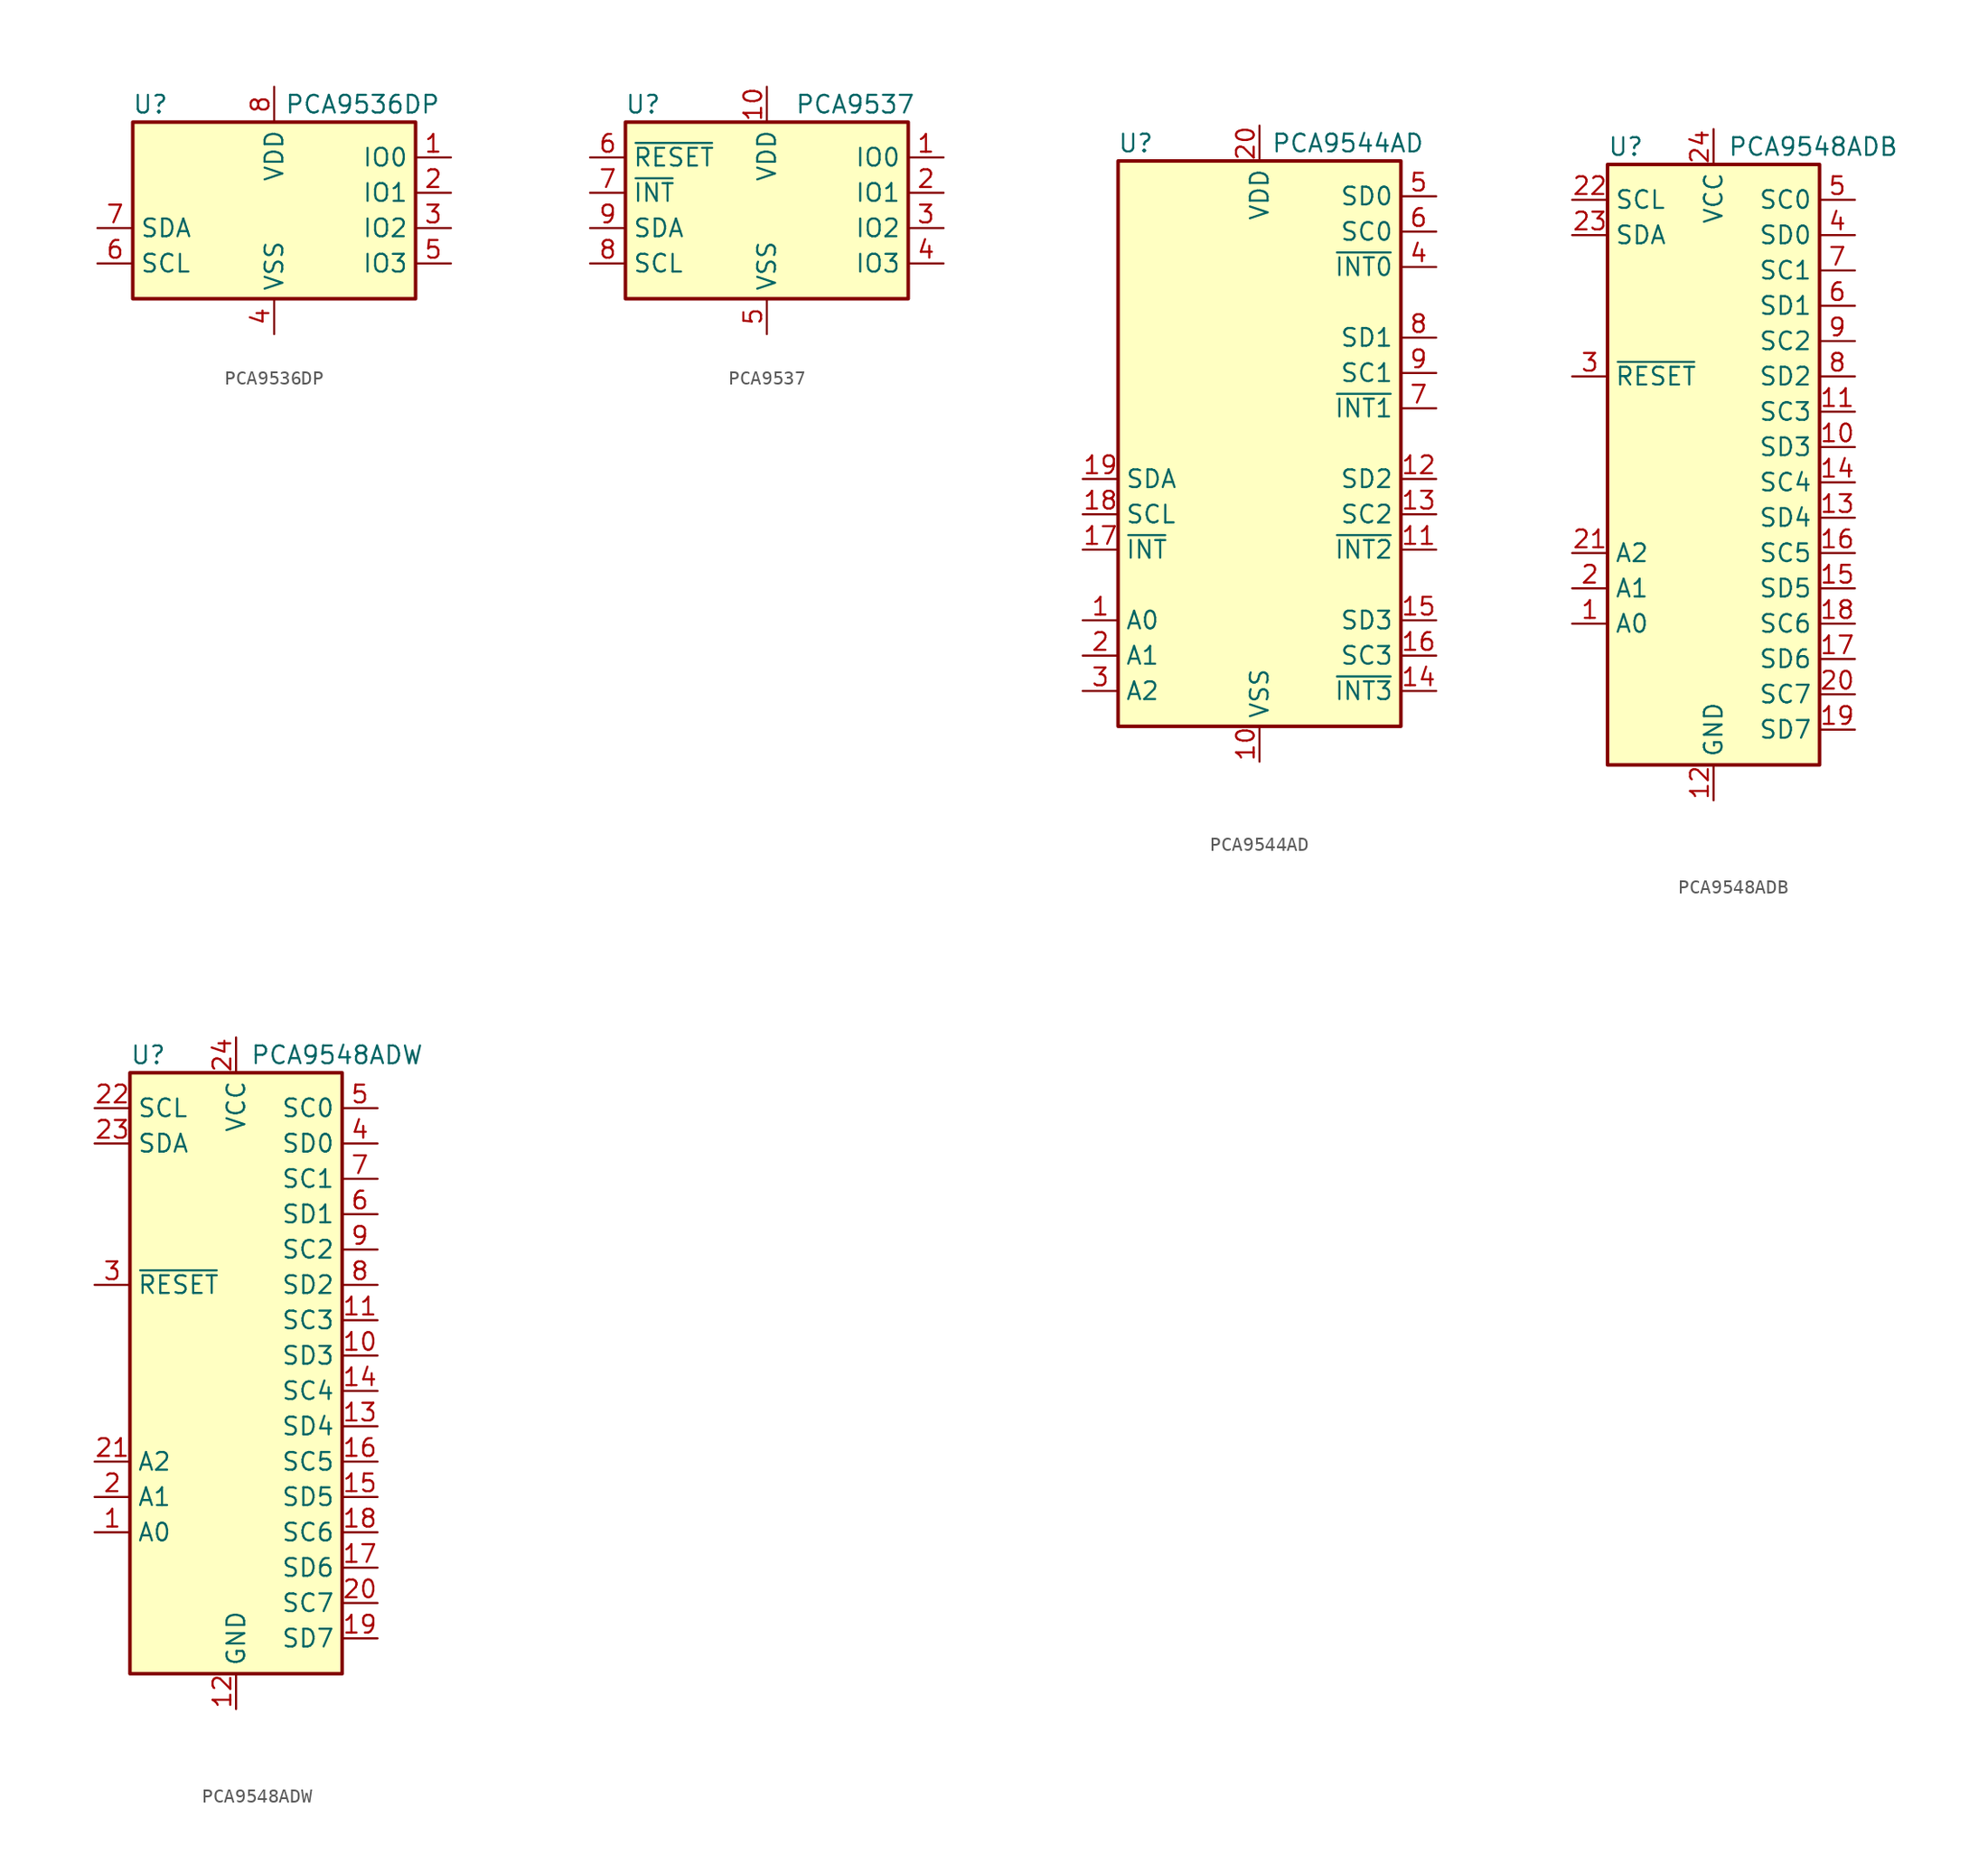
<source format=kicad_sym>
(kicad_symbol_lib
  (version 20201005)
  (generator kicad_symbol_editor)
  (symbol "PCA9536DP"
    (property "Reference" "U"
      (at -8.89 6.35 0)
      (effects (font (size 1.27 1.27))))
    (property "Value" "PCA9536DP"
      (at 6.35 6.35 0)
      (effects (font (size 1.27 1.27))))
    (symbol "PCA9536DP_0_1"
      (rectangle (start -10.16 5.08) (end 10.16 -7.62) (stroke (width 0.254)) (fill (type background))))
    (symbol "PCA9536DP_1_1"
      (pin bidirectional line (at 12.7 2.54 180) (length 2.54) (name "IO0" (effects (font (size 1.27 1.27)))) (number "1" (effects (font (size 1.27 1.27)))))
      (pin bidirectional line (at 12.7 0 180) (length 2.54) (name "IO1" (effects (font (size 1.27 1.27)))) (number "2" (effects (font (size 1.27 1.27)))))
      (pin bidirectional line (at 12.7 -2.54 180) (length 2.54) (name "IO2" (effects (font (size 1.27 1.27)))) (number "3" (effects (font (size 1.27 1.27)))))
      (pin power_in line (at 0 -10.16 90) (length 2.54) (name "VSS" (effects (font (size 1.27 1.27)))) (number "4" (effects (font (size 1.27 1.27)))))
      (pin bidirectional line (at 12.7 -5.08 180) (length 2.54) (name "IO3" (effects (font (size 1.27 1.27)))) (number "5" (effects (font (size 1.27 1.27)))))
      (pin input line (at -12.7 -5.08 0) (length 2.54) (name "SCL" (effects (font (size 1.27 1.27)))) (number "6" (effects (font (size 1.27 1.27)))))
      (pin bidirectional line (at -12.7 -2.54 0) (length 2.54) (name "SDA" (effects (font (size 1.27 1.27)))) (number "7" (effects (font (size 1.27 1.27)))))
      (pin power_in line (at 0 7.62 270) (length 2.54) (name "VDD" (effects (font (size 1.27 1.27)))) (number "8" (effects (font (size 1.27 1.27)))))))
  (symbol "PCA9537"
    (property "Reference" "U"
      (at -8.89 6.35 0)
      (effects (font (size 1.27 1.27))))
    (property "Value" "PCA9537"
      (at 6.35 6.35 0)
      (effects (font (size 1.27 1.27))))
    (symbol "PCA9537_0_1"
      (rectangle (start -10.16 5.08) (end 10.16 -7.62) (stroke (width 0.254)) (fill (type background))))
    (symbol "PCA9537_1_1"
      (pin bidirectional line (at 12.7 2.54 180) (length 2.54) (name "IO0" (effects (font (size 1.27 1.27)))) (number "1" (effects (font (size 1.27 1.27)))))
      (pin power_in line (at 0 7.62 270) (length 2.54) (name "VDD" (effects (font (size 1.27 1.27)))) (number "10" (effects (font (size 1.27 1.27)))))
      (pin bidirectional line (at 12.7 0 180) (length 2.54) (name "IO1" (effects (font (size 1.27 1.27)))) (number "2" (effects (font (size 1.27 1.27)))))
      (pin bidirectional line (at 12.7 -2.54 180) (length 2.54) (name "IO2" (effects (font (size 1.27 1.27)))) (number "3" (effects (font (size 1.27 1.27)))))
      (pin bidirectional line (at 12.7 -5.08 180) (length 2.54) (name "IO3" (effects (font (size 1.27 1.27)))) (number "4" (effects (font (size 1.27 1.27)))))
      (pin power_in line (at 0 -10.16 90) (length 2.54) (name "VSS" (effects (font (size 1.27 1.27)))) (number "5" (effects (font (size 1.27 1.27)))))
      (pin input line (at -12.7 2.54 0) (length 2.54) (name "~RESET" (effects (font (size 1.27 1.27)))) (number "6" (effects (font (size 1.27 1.27)))))
      (pin open_collector line (at -12.7 0 0) (length 2.54) (name "~INT" (effects (font (size 1.27 1.27)))) (number "7" (effects (font (size 1.27 1.27)))))
      (pin input line (at -12.7 -5.08 0) (length 2.54) (name "SCL" (effects (font (size 1.27 1.27)))) (number "8" (effects (font (size 1.27 1.27)))))
      (pin bidirectional line (at -12.7 -2.54 0) (length 2.54) (name "SDA" (effects (font (size 1.27 1.27)))) (number "9" (effects (font (size 1.27 1.27)))))))
  (symbol "PCA9544AD"
    (property "Reference" "U"
      (at -8.89 21.59 0)
      (effects (font (size 1.27 1.27))))
    (property "Value" "PCA9544AD"
      (at 6.35 21.59 0)
      (effects (font (size 1.27 1.27))))
    (symbol "PCA9544AD_0_1"
      (rectangle (start 10.16 20.32) (end -10.16 -20.32) (stroke (width 0.254)) (fill (type background))))
    (symbol "PCA9544AD_1_1"
      (pin input line (at -12.7 -12.7 0) (length 2.54) (name "A0" (effects (font (size 1.27 1.27)))) (number "1" (effects (font (size 1.27 1.27)))))
      (pin power_in line (at 0 -22.86 90) (length 2.54) (name "VSS" (effects (font (size 1.27 1.27)))) (number "10" (effects (font (size 1.27 1.27)))))
      (pin input line (at 12.7 -7.62 180) (length 2.54) (name "~INT2" (effects (font (size 1.27 1.27)))) (number "11" (effects (font (size 1.27 1.27)))))
      (pin bidirectional line (at 12.7 -2.54 180) (length 2.54) (name "SD2" (effects (font (size 1.27 1.27)))) (number "12" (effects (font (size 1.27 1.27)))))
      (pin output line (at 12.7 -5.08 180) (length 2.54) (name "SC2" (effects (font (size 1.27 1.27)))) (number "13" (effects (font (size 1.27 1.27)))))
      (pin input line (at 12.7 -17.78 180) (length 2.54) (name "~INT3" (effects (font (size 1.27 1.27)))) (number "14" (effects (font (size 1.27 1.27)))))
      (pin bidirectional line (at 12.7 -12.7 180) (length 2.54) (name "SD3" (effects (font (size 1.27 1.27)))) (number "15" (effects (font (size 1.27 1.27)))))
      (pin output line (at 12.7 -15.24 180) (length 2.54) (name "SC3" (effects (font (size 1.27 1.27)))) (number "16" (effects (font (size 1.27 1.27)))))
      (pin open_collector line (at -12.7 -7.62 0) (length 2.54) (name "~INT" (effects (font (size 1.27 1.27)))) (number "17" (effects (font (size 1.27 1.27)))))
      (pin input line (at -12.7 -5.08 0) (length 2.54) (name "SCL" (effects (font (size 1.27 1.27)))) (number "18" (effects (font (size 1.27 1.27)))))
      (pin bidirectional line (at -12.7 -2.54 0) (length 2.54) (name "SDA" (effects (font (size 1.27 1.27)))) (number "19" (effects (font (size 1.27 1.27)))))
      (pin input line (at -12.7 -15.24 0) (length 2.54) (name "A1" (effects (font (size 1.27 1.27)))) (number "2" (effects (font (size 1.27 1.27)))))
      (pin power_in line (at 0 22.86 270) (length 2.54) (name "VDD" (effects (font (size 1.27 1.27)))) (number "20" (effects (font (size 1.27 1.27)))))
      (pin input line (at -12.7 -17.78 0) (length 2.54) (name "A2" (effects (font (size 1.27 1.27)))) (number "3" (effects (font (size 1.27 1.27)))))
      (pin input line (at 12.7 12.7 180) (length 2.54) (name "~INT0" (effects (font (size 1.27 1.27)))) (number "4" (effects (font (size 1.27 1.27)))))
      (pin bidirectional line (at 12.7 17.78 180) (length 2.54) (name "SD0" (effects (font (size 1.27 1.27)))) (number "5" (effects (font (size 1.27 1.27)))))
      (pin output line (at 12.7 15.24 180) (length 2.54) (name "SC0" (effects (font (size 1.27 1.27)))) (number "6" (effects (font (size 1.27 1.27)))))
      (pin input line (at 12.7 2.54 180) (length 2.54) (name "~INT1" (effects (font (size 1.27 1.27)))) (number "7" (effects (font (size 1.27 1.27)))))
      (pin bidirectional line (at 12.7 7.62 180) (length 2.54) (name "SD1" (effects (font (size 1.27 1.27)))) (number "8" (effects (font (size 1.27 1.27)))))
      (pin output line (at 12.7 5.08 180) (length 2.54) (name "SC1" (effects (font (size 1.27 1.27)))) (number "9" (effects (font (size 1.27 1.27)))))))
  (symbol "PCA9548ADB"
    (property "Reference" "U"
      (at -7.62 21.59 0)
      (effects (font (size 1.27 1.27)) (justify left)))
    (property "Value" "PCA9548ADB"
      (at 1.016 21.59 0)
      (effects (font (size 1.27 1.27)) (justify left)))
    (symbol "PCA9548ADB_0_1"
      (rectangle (start -7.62 20.32) (end 7.62 -22.86) (stroke (width 0.254)) (fill (type background))))
    (symbol "PCA9548ADB_1_1"
      (pin input line (at -10.16 -12.7 0) (length 2.54) (name "A0" (effects (font (size 1.27 1.27)))) (number "1" (effects (font (size 1.27 1.27)))))
      (pin bidirectional line (at 10.16 0 180) (length 2.54) (name "SD3" (effects (font (size 1.27 1.27)))) (number "10" (effects (font (size 1.27 1.27)))))
      (pin output line (at 10.16 2.54 180) (length 2.54) (name "SC3" (effects (font (size 1.27 1.27)))) (number "11" (effects (font (size 1.27 1.27)))))
      (pin power_in line (at 0 -25.4 90) (length 2.54) (name "GND" (effects (font (size 1.27 1.27)))) (number "12" (effects (font (size 1.27 1.27)))))
      (pin bidirectional line (at 10.16 -5.08 180) (length 2.54) (name "SD4" (effects (font (size 1.27 1.27)))) (number "13" (effects (font (size 1.27 1.27)))))
      (pin output line (at 10.16 -2.54 180) (length 2.54) (name "SC4" (effects (font (size 1.27 1.27)))) (number "14" (effects (font (size 1.27 1.27)))))
      (pin bidirectional line (at 10.16 -10.16 180) (length 2.54) (name "SD5" (effects (font (size 1.27 1.27)))) (number "15" (effects (font (size 1.27 1.27)))))
      (pin output line (at 10.16 -7.62 180) (length 2.54) (name "SC5" (effects (font (size 1.27 1.27)))) (number "16" (effects (font (size 1.27 1.27)))))
      (pin bidirectional line (at 10.16 -15.24 180) (length 2.54) (name "SD6" (effects (font (size 1.27 1.27)))) (number "17" (effects (font (size 1.27 1.27)))))
      (pin output line (at 10.16 -12.7 180) (length 2.54) (name "SC6" (effects (font (size 1.27 1.27)))) (number "18" (effects (font (size 1.27 1.27)))))
      (pin bidirectional line (at 10.16 -20.32 180) (length 2.54) (name "SD7" (effects (font (size 1.27 1.27)))) (number "19" (effects (font (size 1.27 1.27)))))
      (pin input line (at -10.16 -10.16 0) (length 2.54) (name "A1" (effects (font (size 1.27 1.27)))) (number "2" (effects (font (size 1.27 1.27)))))
      (pin output line (at 10.16 -17.78 180) (length 2.54) (name "SC7" (effects (font (size 1.27 1.27)))) (number "20" (effects (font (size 1.27 1.27)))))
      (pin input line (at -10.16 -7.62 0) (length 2.54) (name "A2" (effects (font (size 1.27 1.27)))) (number "21" (effects (font (size 1.27 1.27)))))
      (pin input line (at -10.16 17.78 0) (length 2.54) (name "SCL" (effects (font (size 1.27 1.27)))) (number "22" (effects (font (size 1.27 1.27)))))
      (pin bidirectional line (at -10.16 15.24 0) (length 2.54) (name "SDA" (effects (font (size 1.27 1.27)))) (number "23" (effects (font (size 1.27 1.27)))))
      (pin power_in line (at 0 22.86 270) (length 2.54) (name "VCC" (effects (font (size 1.27 1.27)))) (number "24" (effects (font (size 1.27 1.27)))))
      (pin input line (at -10.16 5.08 0) (length 2.54) (name "~RESET" (effects (font (size 1.27 1.27)))) (number "3" (effects (font (size 1.27 1.27)))))
      (pin bidirectional line (at 10.16 15.24 180) (length 2.54) (name "SD0" (effects (font (size 1.27 1.27)))) (number "4" (effects (font (size 1.27 1.27)))))
      (pin output line (at 10.16 17.78 180) (length 2.54) (name "SC0" (effects (font (size 1.27 1.27)))) (number "5" (effects (font (size 1.27 1.27)))))
      (pin bidirectional line (at 10.16 10.16 180) (length 2.54) (name "SD1" (effects (font (size 1.27 1.27)))) (number "6" (effects (font (size 1.27 1.27)))))
      (pin output line (at 10.16 12.7 180) (length 2.54) (name "SC1" (effects (font (size 1.27 1.27)))) (number "7" (effects (font (size 1.27 1.27)))))
      (pin bidirectional line (at 10.16 5.08 180) (length 2.54) (name "SD2" (effects (font (size 1.27 1.27)))) (number "8" (effects (font (size 1.27 1.27)))))
      (pin output line (at 10.16 7.62 180) (length 2.54) (name "SC2" (effects (font (size 1.27 1.27)))) (number "9" (effects (font (size 1.27 1.27)))))))
  (symbol "PCA9548ADW"
    (property "Reference" "U"
      (at -7.62 21.59 0)
      (effects (font (size 1.27 1.27)) (justify left)))
    (property "Value" "PCA9548ADW"
      (at 1.016 21.59 0)
      (effects (font (size 1.27 1.27)) (justify left)))
    (symbol "PCA9548ADW_0_1"
      (rectangle (start -7.62 20.32) (end 7.62 -22.86) (stroke (width 0.254)) (fill (type background))))
    (symbol "PCA9548ADW_1_1"
      (pin input line (at -10.16 -12.7 0) (length 2.54) (name "A0" (effects (font (size 1.27 1.27)))) (number "1" (effects (font (size 1.27 1.27)))))
      (pin bidirectional line (at 10.16 0 180) (length 2.54) (name "SD3" (effects (font (size 1.27 1.27)))) (number "10" (effects (font (size 1.27 1.27)))))
      (pin output line (at 10.16 2.54 180) (length 2.54) (name "SC3" (effects (font (size 1.27 1.27)))) (number "11" (effects (font (size 1.27 1.27)))))
      (pin power_in line (at 0 -25.4 90) (length 2.54) (name "GND" (effects (font (size 1.27 1.27)))) (number "12" (effects (font (size 1.27 1.27)))))
      (pin bidirectional line (at 10.16 -5.08 180) (length 2.54) (name "SD4" (effects (font (size 1.27 1.27)))) (number "13" (effects (font (size 1.27 1.27)))))
      (pin output line (at 10.16 -2.54 180) (length 2.54) (name "SC4" (effects (font (size 1.27 1.27)))) (number "14" (effects (font (size 1.27 1.27)))))
      (pin bidirectional line (at 10.16 -10.16 180) (length 2.54) (name "SD5" (effects (font (size 1.27 1.27)))) (number "15" (effects (font (size 1.27 1.27)))))
      (pin output line (at 10.16 -7.62 180) (length 2.54) (name "SC5" (effects (font (size 1.27 1.27)))) (number "16" (effects (font (size 1.27 1.27)))))
      (pin bidirectional line (at 10.16 -15.24 180) (length 2.54) (name "SD6" (effects (font (size 1.27 1.27)))) (number "17" (effects (font (size 1.27 1.27)))))
      (pin output line (at 10.16 -12.7 180) (length 2.54) (name "SC6" (effects (font (size 1.27 1.27)))) (number "18" (effects (font (size 1.27 1.27)))))
      (pin bidirectional line (at 10.16 -20.32 180) (length 2.54) (name "SD7" (effects (font (size 1.27 1.27)))) (number "19" (effects (font (size 1.27 1.27)))))
      (pin input line (at -10.16 -10.16 0) (length 2.54) (name "A1" (effects (font (size 1.27 1.27)))) (number "2" (effects (font (size 1.27 1.27)))))
      (pin output line (at 10.16 -17.78 180) (length 2.54) (name "SC7" (effects (font (size 1.27 1.27)))) (number "20" (effects (font (size 1.27 1.27)))))
      (pin input line (at -10.16 -7.62 0) (length 2.54) (name "A2" (effects (font (size 1.27 1.27)))) (number "21" (effects (font (size 1.27 1.27)))))
      (pin input line (at -10.16 17.78 0) (length 2.54) (name "SCL" (effects (font (size 1.27 1.27)))) (number "22" (effects (font (size 1.27 1.27)))))
      (pin bidirectional line (at -10.16 15.24 0) (length 2.54) (name "SDA" (effects (font (size 1.27 1.27)))) (number "23" (effects (font (size 1.27 1.27)))))
      (pin power_in line (at 0 22.86 270) (length 2.54) (name "VCC" (effects (font (size 1.27 1.27)))) (number "24" (effects (font (size 1.27 1.27)))))
      (pin input line (at -10.16 5.08 0) (length 2.54) (name "~RESET" (effects (font (size 1.27 1.27)))) (number "3" (effects (font (size 1.27 1.27)))))
      (pin bidirectional line (at 10.16 15.24 180) (length 2.54) (name "SD0" (effects (font (size 1.27 1.27)))) (number "4" (effects (font (size 1.27 1.27)))))
      (pin output line (at 10.16 17.78 180) (length 2.54) (name "SC0" (effects (font (size 1.27 1.27)))) (number "5" (effects (font (size 1.27 1.27)))))
      (pin bidirectional line (at 10.16 10.16 180) (length 2.54) (name "SD1" (effects (font (size 1.27 1.27)))) (number "6" (effects (font (size 1.27 1.27)))))
      (pin output line (at 10.16 12.7 180) (length 2.54) (name "SC1" (effects (font (size 1.27 1.27)))) (number "7" (effects (font (size 1.27 1.27)))))
      (pin bidirectional line (at 10.16 5.08 180) (length 2.54) (name "SD2" (effects (font (size 1.27 1.27)))) (number "8" (effects (font (size 1.27 1.27)))))
      (pin output line (at 10.16 7.62 180) (length 2.54) (name "SC2" (effects (font (size 1.27 1.27)))) (number "9" (effects (font (size 1.27 1.27))))))))
</source>
